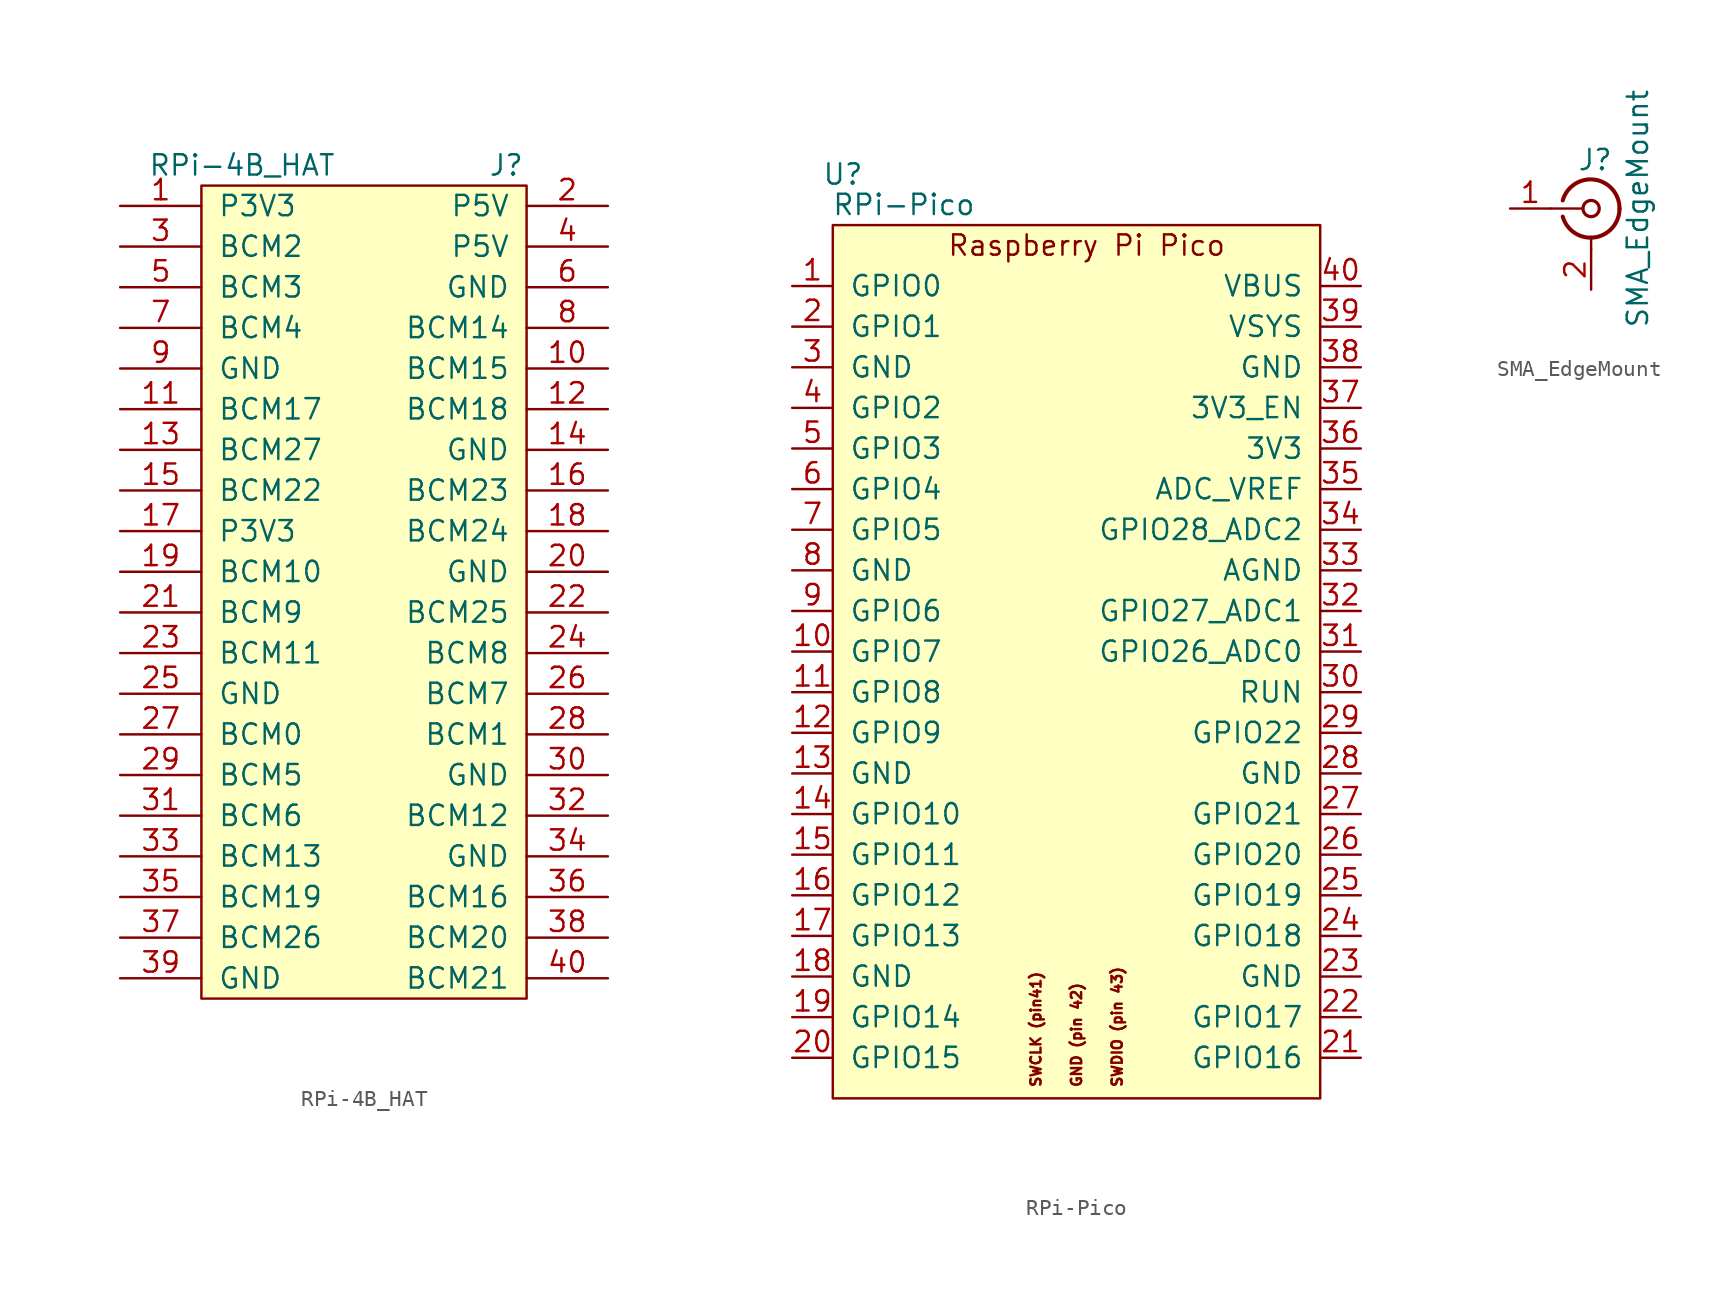
<source format=kicad_sym>
(kicad_symbol_lib
  (version 20211014)
  (generator kicad_symbol_editor)
  (symbol "RPi-4B_HAT"
    (pin_names
      (offset 1.016))
    (property "Reference" "J"
      (at 8.89 2.54 0)
      (effects (font (size 1.27 1.27))))
    (property "Value" "RPi-4B_HAT"
      (at -7.62 2.54 0)
      (effects (font (size 1.27 1.27))))
    (symbol "RPi-4B_HAT_0_1"
      (rectangle (start -10.16 1.27) (end 10.16 -49.53) (stroke (width 0) (type default) (color 0 0 0 0)) (fill (type background))))
    (symbol "RPi-4B_HAT_1_1"
      (pin bidirectional line (at -15.24 0 0) (length 5.08) (name "P3V3" (effects (font (size 1.27 1.27)))) (number "1" (effects (font (size 1.27 1.27)))))
      (pin bidirectional line (at 15.24 -10.16 180) (length 5.08) (name "BCM15" (effects (font (size 1.27 1.27)))) (number "10" (effects (font (size 1.27 1.27)))))
      (pin bidirectional line (at -15.24 -12.7 0) (length 5.08) (name "BCM17" (effects (font (size 1.27 1.27)))) (number "11" (effects (font (size 1.27 1.27)))))
      (pin bidirectional line (at 15.24 -12.7 180) (length 5.08) (name "BCM18" (effects (font (size 1.27 1.27)))) (number "12" (effects (font (size 1.27 1.27)))))
      (pin bidirectional line (at -15.24 -15.24 0) (length 5.08) (name "BCM27" (effects (font (size 1.27 1.27)))) (number "13" (effects (font (size 1.27 1.27)))))
      (pin bidirectional line (at 15.24 -15.24 180) (length 5.08) (name "GND" (effects (font (size 1.27 1.27)))) (number "14" (effects (font (size 1.27 1.27)))))
      (pin bidirectional line (at -15.24 -17.78 0) (length 5.08) (name "BCM22" (effects (font (size 1.27 1.27)))) (number "15" (effects (font (size 1.27 1.27)))))
      (pin bidirectional line (at 15.24 -17.78 180) (length 5.08) (name "BCM23" (effects (font (size 1.27 1.27)))) (number "16" (effects (font (size 1.27 1.27)))))
      (pin bidirectional line (at -15.24 -20.32 0) (length 5.08) (name "P3V3" (effects (font (size 1.27 1.27)))) (number "17" (effects (font (size 1.27 1.27)))))
      (pin bidirectional line (at 15.24 -20.32 180) (length 5.08) (name "BCM24" (effects (font (size 1.27 1.27)))) (number "18" (effects (font (size 1.27 1.27)))))
      (pin bidirectional line (at -15.24 -22.86 0) (length 5.08) (name "BCM10" (effects (font (size 1.27 1.27)))) (number "19" (effects (font (size 1.27 1.27)))))
      (pin bidirectional line (at 15.24 0 180) (length 5.08) (name "P5V" (effects (font (size 1.27 1.27)))) (number "2" (effects (font (size 1.27 1.27)))))
      (pin bidirectional line (at 15.24 -22.86 180) (length 5.08) (name "GND" (effects (font (size 1.27 1.27)))) (number "20" (effects (font (size 1.27 1.27)))))
      (pin bidirectional line (at -15.24 -25.4 0) (length 5.08) (name "BCM9" (effects (font (size 1.27 1.27)))) (number "21" (effects (font (size 1.27 1.27)))))
      (pin bidirectional line (at 15.24 -25.4 180) (length 5.08) (name "BCM25" (effects (font (size 1.27 1.27)))) (number "22" (effects (font (size 1.27 1.27)))))
      (pin bidirectional line (at -15.24 -27.94 0) (length 5.08) (name "BCM11" (effects (font (size 1.27 1.27)))) (number "23" (effects (font (size 1.27 1.27)))))
      (pin bidirectional line (at 15.24 -27.94 180) (length 5.08) (name "BCM8" (effects (font (size 1.27 1.27)))) (number "24" (effects (font (size 1.27 1.27)))))
      (pin bidirectional line (at -15.24 -30.48 0) (length 5.08) (name "GND" (effects (font (size 1.27 1.27)))) (number "25" (effects (font (size 1.27 1.27)))))
      (pin bidirectional line (at 15.24 -30.48 180) (length 5.08) (name "BCM7" (effects (font (size 1.27 1.27)))) (number "26" (effects (font (size 1.27 1.27)))))
      (pin bidirectional line (at -15.24 -33.02 0) (length 5.08) (name "BCM0" (effects (font (size 1.27 1.27)))) (number "27" (effects (font (size 1.27 1.27)))))
      (pin bidirectional line (at 15.24 -33.02 180) (length 5.08) (name "BCM1" (effects (font (size 1.27 1.27)))) (number "28" (effects (font (size 1.27 1.27)))))
      (pin bidirectional line (at -15.24 -35.56 0) (length 5.08) (name "BCM5" (effects (font (size 1.27 1.27)))) (number "29" (effects (font (size 1.27 1.27)))))
      (pin bidirectional line (at -15.24 -2.54 0) (length 5.08) (name "BCM2" (effects (font (size 1.27 1.27)))) (number "3" (effects (font (size 1.27 1.27)))))
      (pin bidirectional line (at 15.24 -35.56 180) (length 5.08) (name "GND" (effects (font (size 1.27 1.27)))) (number "30" (effects (font (size 1.27 1.27)))))
      (pin bidirectional line (at -15.24 -38.1 0) (length 5.08) (name "BCM6" (effects (font (size 1.27 1.27)))) (number "31" (effects (font (size 1.27 1.27)))))
      (pin bidirectional line (at 15.24 -38.1 180) (length 5.08) (name "BCM12" (effects (font (size 1.27 1.27)))) (number "32" (effects (font (size 1.27 1.27)))))
      (pin bidirectional line (at -15.24 -40.64 0) (length 5.08) (name "BCM13" (effects (font (size 1.27 1.27)))) (number "33" (effects (font (size 1.27 1.27)))))
      (pin bidirectional line (at 15.24 -40.64 180) (length 5.08) (name "GND" (effects (font (size 1.27 1.27)))) (number "34" (effects (font (size 1.27 1.27)))))
      (pin bidirectional line (at -15.24 -43.18 0) (length 5.08) (name "BCM19" (effects (font (size 1.27 1.27)))) (number "35" (effects (font (size 1.27 1.27)))))
      (pin bidirectional line (at 15.24 -43.18 180) (length 5.08) (name "BCM16" (effects (font (size 1.27 1.27)))) (number "36" (effects (font (size 1.27 1.27)))))
      (pin bidirectional line (at -15.24 -45.72 0) (length 5.08) (name "BCM26" (effects (font (size 1.27 1.27)))) (number "37" (effects (font (size 1.27 1.27)))))
      (pin bidirectional line (at 15.24 -45.72 180) (length 5.08) (name "BCM20" (effects (font (size 1.27 1.27)))) (number "38" (effects (font (size 1.27 1.27)))))
      (pin bidirectional line (at -15.24 -48.26 0) (length 5.08) (name "GND" (effects (font (size 1.27 1.27)))) (number "39" (effects (font (size 1.27 1.27)))))
      (pin bidirectional line (at 15.24 -2.54 180) (length 5.08) (name "P5V" (effects (font (size 1.27 1.27)))) (number "4" (effects (font (size 1.27 1.27)))))
      (pin bidirectional line (at 15.24 -48.26 180) (length 5.08) (name "BCM21" (effects (font (size 1.27 1.27)))) (number "40" (effects (font (size 1.27 1.27)))))
      (pin bidirectional line (at -15.24 -5.08 0) (length 5.08) (name "BCM3" (effects (font (size 1.27 1.27)))) (number "5" (effects (font (size 1.27 1.27)))))
      (pin bidirectional line (at 15.24 -5.08 180) (length 5.08) (name "GND" (effects (font (size 1.27 1.27)))) (number "6" (effects (font (size 1.27 1.27)))))
      (pin bidirectional line (at -15.24 -7.62 0) (length 5.08) (name "BCM4" (effects (font (size 1.27 1.27)))) (number "7" (effects (font (size 1.27 1.27)))))
      (pin bidirectional line (at 15.24 -7.62 180) (length 5.08) (name "BCM14" (effects (font (size 1.27 1.27)))) (number "8" (effects (font (size 1.27 1.27)))))
      (pin bidirectional line (at -15.24 -10.16 0) (length 5.08) (name "GND" (effects (font (size 1.27 1.27)))) (number "9" (effects (font (size 1.27 1.27)))))))
  (symbol "RPi-Pico"
    (pin_names
      (offset 1.016))
    (property "Reference" "U"
      (at -14.605 31.115 0)
      (effects (font (size 1.27 1.27))))
    (property "Value" "RPi-Pico"
      (at -10.795 29.21 0)
      (effects (font (size 1.27 1.27))))
    (symbol "RPi-Pico_0_0"
      (text "GND (pin 42)" (at 0 -26.035 900) (effects (font (size 0.64 0.64)) (justify left)))
      (text "Raspberry Pi Pico" (at 0.635 26.67 0) (effects (font (size 1.27 1.27))))
      (text "SWCLK (pin41)" (at -2.54 -26.035 900) (effects (font (size 0.64 0.64)) (justify left)))
      (text "SWDIO (pin 43)" (at 2.54 -26.035 900) (effects (font (size 0.64 0.64)) (justify left))))
    (symbol "RPi-Pico_0_1"
      (rectangle (start -15.24 27.94) (end 15.24 -26.67) (stroke (width 0) (type default) (color 0 0 0 0)) (fill (type background))))
    (symbol "RPi-Pico_1_1"
      (pin bidirectional line (at -17.78 24.13 0) (length 2.54) (name "GPIO0" (effects (font (size 1.27 1.27)))) (number "1" (effects (font (size 1.27 1.27)))))
      (pin bidirectional line (at -17.78 1.27 0) (length 2.54) (name "GPIO7" (effects (font (size 1.27 1.27)))) (number "10" (effects (font (size 1.27 1.27)))))
      (pin bidirectional line (at -17.78 -1.27 0) (length 2.54) (name "GPIO8" (effects (font (size 1.27 1.27)))) (number "11" (effects (font (size 1.27 1.27)))))
      (pin bidirectional line (at -17.78 -3.81 0) (length 2.54) (name "GPIO9" (effects (font (size 1.27 1.27)))) (number "12" (effects (font (size 1.27 1.27)))))
      (pin power_in line (at -17.78 -6.35 0) (length 2.54) (name "GND" (effects (font (size 1.27 1.27)))) (number "13" (effects (font (size 1.27 1.27)))))
      (pin bidirectional line (at -17.78 -8.89 0) (length 2.54) (name "GPIO10" (effects (font (size 1.27 1.27)))) (number "14" (effects (font (size 1.27 1.27)))))
      (pin bidirectional line (at -17.78 -11.43 0) (length 2.54) (name "GPIO11" (effects (font (size 1.27 1.27)))) (number "15" (effects (font (size 1.27 1.27)))))
      (pin bidirectional line (at -17.78 -13.97 0) (length 2.54) (name "GPIO12" (effects (font (size 1.27 1.27)))) (number "16" (effects (font (size 1.27 1.27)))))
      (pin bidirectional line (at -17.78 -16.51 0) (length 2.54) (name "GPIO13" (effects (font (size 1.27 1.27)))) (number "17" (effects (font (size 1.27 1.27)))))
      (pin power_in line (at -17.78 -19.05 0) (length 2.54) (name "GND" (effects (font (size 1.27 1.27)))) (number "18" (effects (font (size 1.27 1.27)))))
      (pin bidirectional line (at -17.78 -21.59 0) (length 2.54) (name "GPIO14" (effects (font (size 1.27 1.27)))) (number "19" (effects (font (size 1.27 1.27)))))
      (pin bidirectional line (at -17.78 21.59 0) (length 2.54) (name "GPIO1" (effects (font (size 1.27 1.27)))) (number "2" (effects (font (size 1.27 1.27)))))
      (pin bidirectional line (at -17.78 -24.13 0) (length 2.54) (name "GPIO15" (effects (font (size 1.27 1.27)))) (number "20" (effects (font (size 1.27 1.27)))))
      (pin bidirectional line (at 17.78 -24.13 180) (length 2.54) (name "GPIO16" (effects (font (size 1.27 1.27)))) (number "21" (effects (font (size 1.27 1.27)))))
      (pin bidirectional line (at 17.78 -21.59 180) (length 2.54) (name "GPIO17" (effects (font (size 1.27 1.27)))) (number "22" (effects (font (size 1.27 1.27)))))
      (pin power_in line (at 17.78 -19.05 180) (length 2.54) (name "GND" (effects (font (size 1.27 1.27)))) (number "23" (effects (font (size 1.27 1.27)))))
      (pin bidirectional line (at 17.78 -16.51 180) (length 2.54) (name "GPIO18" (effects (font (size 1.27 1.27)))) (number "24" (effects (font (size 1.27 1.27)))))
      (pin bidirectional line (at 17.78 -13.97 180) (length 2.54) (name "GPIO19" (effects (font (size 1.27 1.27)))) (number "25" (effects (font (size 1.27 1.27)))))
      (pin bidirectional line (at 17.78 -11.43 180) (length 2.54) (name "GPIO20" (effects (font (size 1.27 1.27)))) (number "26" (effects (font (size 1.27 1.27)))))
      (pin bidirectional line (at 17.78 -8.89 180) (length 2.54) (name "GPIO21" (effects (font (size 1.27 1.27)))) (number "27" (effects (font (size 1.27 1.27)))))
      (pin power_in line (at 17.78 -6.35 180) (length 2.54) (name "GND" (effects (font (size 1.27 1.27)))) (number "28" (effects (font (size 1.27 1.27)))))
      (pin bidirectional line (at 17.78 -3.81 180) (length 2.54) (name "GPIO22" (effects (font (size 1.27 1.27)))) (number "29" (effects (font (size 1.27 1.27)))))
      (pin power_in line (at -17.78 19.05 0) (length 2.54) (name "GND" (effects (font (size 1.27 1.27)))) (number "3" (effects (font (size 1.27 1.27)))))
      (pin input line (at 17.78 -1.27 180) (length 2.54) (name "RUN" (effects (font (size 1.27 1.27)))) (number "30" (effects (font (size 1.27 1.27)))))
      (pin bidirectional line (at 17.78 1.27 180) (length 2.54) (name "GPIO26_ADC0" (effects (font (size 1.27 1.27)))) (number "31" (effects (font (size 1.27 1.27)))))
      (pin bidirectional line (at 17.78 3.81 180) (length 2.54) (name "GPIO27_ADC1" (effects (font (size 1.27 1.27)))) (number "32" (effects (font (size 1.27 1.27)))))
      (pin power_in line (at 17.78 6.35 180) (length 2.54) (name "AGND" (effects (font (size 1.27 1.27)))) (number "33" (effects (font (size 1.27 1.27)))))
      (pin bidirectional line (at 17.78 8.89 180) (length 2.54) (name "GPIO28_ADC2" (effects (font (size 1.27 1.27)))) (number "34" (effects (font (size 1.27 1.27)))))
      (pin power_in line (at 17.78 11.43 180) (length 2.54) (name "ADC_VREF" (effects (font (size 1.27 1.27)))) (number "35" (effects (font (size 1.27 1.27)))))
      (pin power_in line (at 17.78 13.97 180) (length 2.54) (name "3V3" (effects (font (size 1.27 1.27)))) (number "36" (effects (font (size 1.27 1.27)))))
      (pin input line (at 17.78 16.51 180) (length 2.54) (name "3V3_EN" (effects (font (size 1.27 1.27)))) (number "37" (effects (font (size 1.27 1.27)))))
      (pin bidirectional line (at 17.78 19.05 180) (length 2.54) (name "GND" (effects (font (size 1.27 1.27)))) (number "38" (effects (font (size 1.27 1.27)))))
      (pin power_in line (at 17.78 21.59 180) (length 2.54) (name "VSYS" (effects (font (size 1.27 1.27)))) (number "39" (effects (font (size 1.27 1.27)))))
      (pin bidirectional line (at -17.78 16.51 0) (length 2.54) (name "GPIO2" (effects (font (size 1.27 1.27)))) (number "4" (effects (font (size 1.27 1.27)))))
      (pin power_in line (at 17.78 24.13 180) (length 2.54) (name "VBUS" (effects (font (size 1.27 1.27)))) (number "40" (effects (font (size 1.27 1.27)))))
      (pin bidirectional line (at -17.78 13.97 0) (length 2.54) (name "GPIO3" (effects (font (size 1.27 1.27)))) (number "5" (effects (font (size 1.27 1.27)))))
      (pin bidirectional line (at -17.78 11.43 0) (length 2.54) (name "GPIO4" (effects (font (size 1.27 1.27)))) (number "6" (effects (font (size 1.27 1.27)))))
      (pin bidirectional line (at -17.78 8.89 0) (length 2.54) (name "GPIO5" (effects (font (size 1.27 1.27)))) (number "7" (effects (font (size 1.27 1.27)))))
      (pin power_in line (at -17.78 6.35 0) (length 2.54) (name "GND" (effects (font (size 1.27 1.27)))) (number "8" (effects (font (size 1.27 1.27)))))
      (pin bidirectional line (at -17.78 3.81 0) (length 2.54) (name "GPIO6" (effects (font (size 1.27 1.27)))) (number "9" (effects (font (size 1.27 1.27)))))))
  (symbol "SMA_EdgeMount"
    (pin_names
      (offset 1.016) hide)
    (property "Reference" "J"
      (at 0.254 3.048 0)
      (effects (font (size 1.27 1.27))))
    (property "Value" "SMA_EdgeMount"
      (at 2.921 0 90)
      (effects (font (size 1.27 1.27))))
    (symbol "SMA_EdgeMount_0_1"
      (arc (start -1.778 -0.508) (mid 0.222 -1.808) (end 1.778 0) (stroke (width 0.254) (type default) (color 0 0 0 0)) (fill (type none)))
      (polyline (pts (xy -2.54 0) (xy -0.508 0)) (stroke (width 0) (type default) (color 0 0 0 0)) (fill (type none)))
      (polyline (pts (xy 0 -2.54) (xy 0 -1.778)) (stroke (width 0) (type default) (color 0 0 0 0)) (fill (type none)))
      (circle (center 0 0) (radius 0.508) (stroke (width 0.203) (type default) (color 0 0 0 0)) (fill (type none)))
      (arc (start 1.778 0) (mid 0.222 1.8083) (end -1.778 0.508) (stroke (width 0.254) (type default) (color 0 0 0 0)) (fill (type none))))
    (symbol "SMA_EdgeMount_1_1"
      (pin passive line (at -5.08 0 0) (length 2.54) (name "In" (effects (font (size 1.27 1.27)))) (number "1" (effects (font (size 1.27 1.27)))))
      (pin passive line (at 0 -5.08 90) (length 2.54) (name "Ext" (effects (font (size 1.27 1.27)))) (number "2" (effects (font (size 1.27 1.27))))))))
</source>
